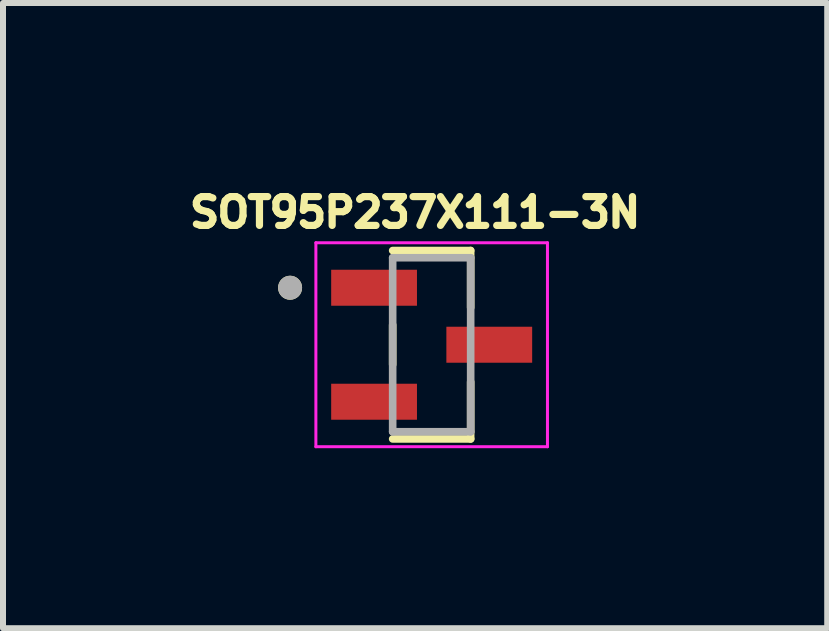
<source format=kicad_pcb>
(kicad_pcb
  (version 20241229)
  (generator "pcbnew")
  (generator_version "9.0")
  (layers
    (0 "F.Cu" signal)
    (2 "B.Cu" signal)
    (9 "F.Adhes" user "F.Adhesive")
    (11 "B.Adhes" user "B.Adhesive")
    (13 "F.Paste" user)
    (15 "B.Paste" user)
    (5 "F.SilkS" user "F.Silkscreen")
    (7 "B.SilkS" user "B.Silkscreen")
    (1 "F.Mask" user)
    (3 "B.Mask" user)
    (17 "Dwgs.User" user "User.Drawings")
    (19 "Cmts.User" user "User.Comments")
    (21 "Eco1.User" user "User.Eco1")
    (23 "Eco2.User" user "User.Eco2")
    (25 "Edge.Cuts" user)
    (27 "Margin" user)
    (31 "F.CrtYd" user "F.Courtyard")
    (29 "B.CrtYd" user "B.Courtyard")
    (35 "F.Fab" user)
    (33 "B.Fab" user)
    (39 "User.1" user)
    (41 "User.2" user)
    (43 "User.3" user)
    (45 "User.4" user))
  (footprint "SOT95P237X111-3N"
    (layer "F.Cu")
    (at 4.145 2.696)
    (property "Reference" "SOT95P237X111-3N" (at -0.276 -2.205 0) (layer "F.SilkS") (effects (font (size 0.48 0.48) (thickness 0.15))))
    (attr through_hole)
    (fp_line (start -0.65 -1.57) (end 0.65 -1.57) (stroke (width 0.127) (type solid)) (layer "F.SilkS"))
    (fp_line (start -0.65 -0.33) (end -0.65 0.33) (stroke (width 0.127) (type solid)) (layer "F.SilkS"))
    (fp_line (start 0.65 -1.57) (end 0.65 -0.62) (stroke (width 0.127) (type solid)) (layer "F.SilkS"))
    (fp_line (start 0.65 1.57) (end -0.65 1.57) (stroke (width 0.127) (type solid)) (layer "F.SilkS"))
    (fp_line (start 0.65 1.57) (end 0.65 0.62) (stroke (width 0.127) (type solid)) (layer "F.SilkS"))
    (fp_circle (center -2.36 -0.95) (end -2.26 -0.95) (stroke (width 0.2) (type solid)) (fill no) (layer "F.SilkS"))
    (fp_line (start -1.93 -1.7) (end 1.93 -1.7) (stroke (width 0.05) (type solid)) (layer "F.CrtYd"))
    (fp_line (start -1.93 1.7) (end -1.93 -1.7) (stroke (width 0.05) (type solid)) (layer "F.CrtYd"))
    (fp_line (start 1.93 -1.7) (end 1.93 1.7) (stroke (width 0.05) (type solid)) (layer "F.CrtYd"))
    (fp_line (start 1.93 1.7) (end -1.93 1.7) (stroke (width 0.05) (type solid)) (layer "F.CrtYd"))
    (fp_line (start -0.65 -1.45) (end 0.65 -1.45) (stroke (width 0.127) (type solid)) (layer "F.Fab"))
    (fp_line (start -0.65 1.45) (end -0.65 -1.45) (stroke (width 0.127) (type solid)) (layer "F.Fab"))
    (fp_line (start 0.65 -1.45) (end 0.65 1.45) (stroke (width 0.127) (type solid)) (layer "F.Fab"))
    (fp_line (start 0.65 1.45) (end -0.65 1.45) (stroke (width 0.127) (type solid)) (layer "F.Fab"))
    (fp_circle (center -2.36 -0.95) (end -2.26 -0.95) (stroke (width 0.2) (type solid)) (fill no) (layer "F.Fab"))
    (pad "1" smd rect (at -0.96 -0.95) (size 1.43 0.6) (layers "F.Cu" "F.Mask" "F.Paste"))
    (pad "2" smd rect (at -0.96 0.95) (size 1.43 0.6) (layers "F.Cu" "F.Mask" "F.Paste"))
    (pad "3" smd rect (at 0.96 0) (size 1.43 0.6) (layers "F.Cu" "F.Mask" "F.Paste")))
  (gr_rect
    (start -3 -3)
    (end 10.738 7.421)
    (stroke (width 0.1) (type default))
    (fill no)
    (layer "Edge.Cuts")))
</source>
